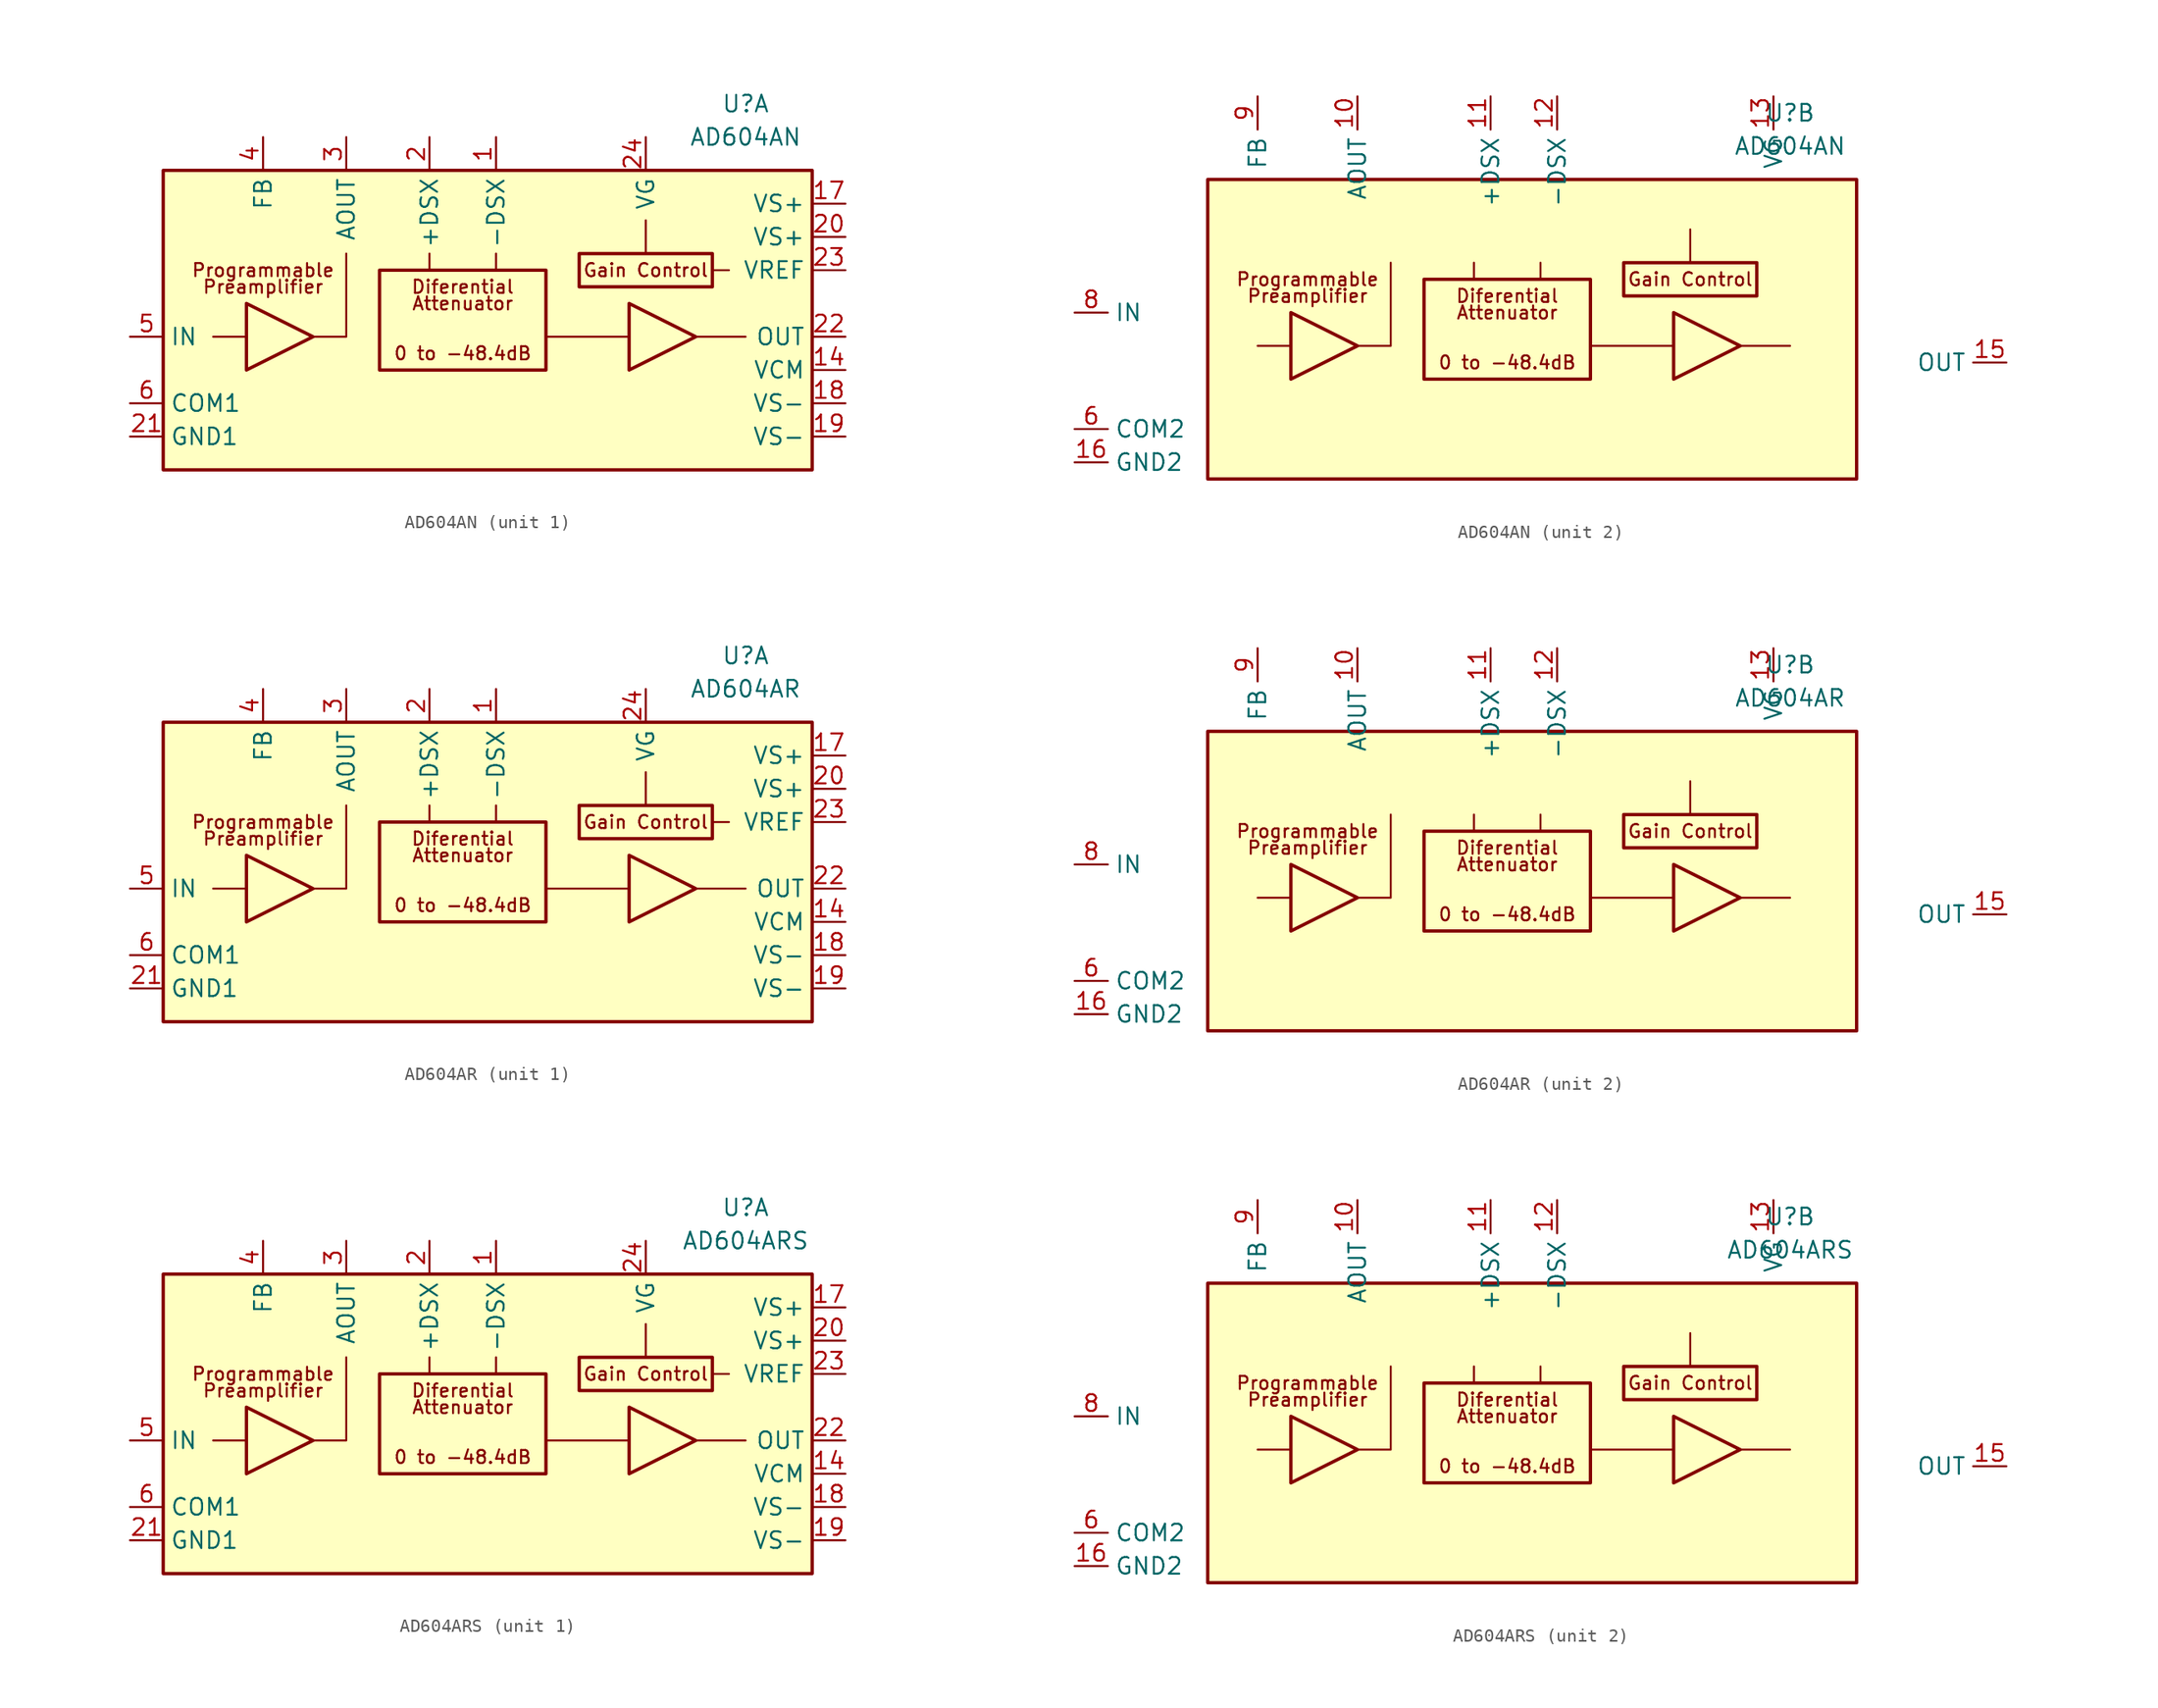
<source format=kicad_sym>
(kicad_symbol_lib
  (version 20231120)
  (generator "kicad_symbol_editor")
  (generator_version "8.0")
  (symbol "AD604AN"
    (property "Reference" "U"
      (at 19.05 16.51 0)
      (effects (font (size 1.27 1.27))))
    (property "Value" "AD604AN"
      (at 19.05 13.97 0)
      (effects (font (size 1.27 1.27))))
    (property "ki_locked" ""
      (at 0 0 0)
      (effects (font (size 1.27 1.27))))
    (symbol "AD604AN_0_0"
      (rectangle (start -25.4 11.43) (end 24.13 -11.43) (stroke (width 0.254) (type default)) (fill (type background)))
      (rectangle (start -8.89 3.81) (end 3.81 -3.81) (stroke (width 0.254) (type default)) (fill (type none)))
      (polyline (pts (xy -19.05 -1.27) (xy -21.59 -1.27)) (stroke (width 0.152) (type default)) (fill (type none)))
      (polyline (pts (xy -5.08 3.81) (xy -5.08 5.08)) (stroke (width 0.152) (type default)) (fill (type none)))
      (polyline (pts (xy 0 3.81) (xy 0 5.08)) (stroke (width 0.152) (type default)) (fill (type none)))
      (polyline (pts (xy 3.81 -1.27) (xy 10.16 -1.27)) (stroke (width 0.152) (type default)) (fill (type none)))
      (polyline (pts (xy 11.43 5.08) (xy 11.43 7.62)) (stroke (width 0.152) (type default)) (fill (type none)))
      (polyline (pts (xy 15.24 -1.27) (xy 19.05 -1.27)) (stroke (width 0.152) (type default)) (fill (type none)))
      (polyline (pts (xy -13.97 -1.27) (xy -11.43 -1.27) (xy -11.43 5.08)) (stroke (width 0.152) (type default)) (fill (type none)))
      (rectangle (start 6.35 5.08) (end 16.51 2.54) (stroke (width 0.254) (type default)) (fill (type none)))
      (text "0 to -48.4dB" (at -2.54 -2.54 0) (effects (font (size 1 1))))
      (text "Attenuator" (at -2.54 1.27 0) (effects (font (size 1 1))))
      (text "Diferential" (at -2.54 2.54 0) (effects (font (size 1 1))))
      (text "Gain Control" (at 11.43 3.81 0) (effects (font (size 1 1))))
      (text "Preamplifier" (at -17.78 2.54 0) (effects (font (size 1 1))))
      (text "Programmable" (at -17.78 3.81 0) (effects (font (size 1 1)))))
    (symbol "AD604AN_0_1"
      (polyline (pts (xy -19.05 1.27) (xy -19.05 -3.81) (xy -13.97 -1.27) (xy -19.05 1.27)) (stroke (width 0.254) (type default)) (fill (type none)))
      (polyline (pts (xy 10.16 1.27) (xy 10.16 -3.81) (xy 15.24 -1.27) (xy 10.16 1.27)) (stroke (width 0.254) (type default)) (fill (type none))))
    (symbol "AD604AN_1_0"
      (polyline (pts (xy 16.51 3.81) (xy 17.78 3.81)) (stroke (width 0.152) (type default)) (fill (type none))))
    (symbol "AD604AN_1_1"
      (pin input line (at 0 13.97 270) (length 2.54) (name "-DSX" (effects (font (size 1.27 1.27)))) (number "1" (effects (font (size 1.27 1.27)))))
      (pin input line (at 26.67 -3.81 180) (length 2.54) (name "VCM" (effects (font (size 1.27 1.27)))) (number "14" (effects (font (size 1.27 1.27)))))
      (pin power_in line (at 26.67 8.89 180) (length 2.54) (name "VS+" (effects (font (size 1.27 1.27)))) (number "17" (effects (font (size 1.27 1.27)))))
      (pin power_in line (at 26.67 -6.35 180) (length 2.54) (name "VS-" (effects (font (size 1.27 1.27)))) (number "18" (effects (font (size 1.27 1.27)))))
      (pin power_in line (at 26.67 -8.89 180) (length 2.54) (name "VS-" (effects (font (size 1.27 1.27)))) (number "19" (effects (font (size 1.27 1.27)))))
      (pin input line (at -5.08 13.97 270) (length 2.54) (name "+DSX" (effects (font (size 1.27 1.27)))) (number "2" (effects (font (size 1.27 1.27)))))
      (pin power_in line (at 26.67 6.35 180) (length 2.54) (name "VS+" (effects (font (size 1.27 1.27)))) (number "20" (effects (font (size 1.27 1.27)))))
      (pin power_in line (at -27.94 -8.89 0) (length 2.54) (name "GND1" (effects (font (size 1.27 1.27)))) (number "21" (effects (font (size 1.27 1.27)))))
      (pin output line (at 26.67 -1.27 180) (length 2.54) (name "OUT" (effects (font (size 1.27 1.27)))) (number "22" (effects (font (size 1.27 1.27)))))
      (pin input line (at 26.67 3.81 180) (length 2.54) (name "VREF" (effects (font (size 1.27 1.27)))) (number "23" (effects (font (size 1.27 1.27)))))
      (pin input line (at 11.43 13.97 270) (length 2.54) (name "VG" (effects (font (size 1.27 1.27)))) (number "24" (effects (font (size 1.27 1.27)))))
      (pin output line (at -11.43 13.97 270) (length 2.54) (name "AOUT" (effects (font (size 1.27 1.27)))) (number "3" (effects (font (size 1.27 1.27)))))
      (pin passive line (at -17.78 13.97 270) (length 2.54) (name "FB" (effects (font (size 1.27 1.27)))) (number "4" (effects (font (size 1.27 1.27)))))
      (pin input line (at -27.94 -1.27 0) (length 2.54) (name "IN" (effects (font (size 1.27 1.27)))) (number "5" (effects (font (size 1.27 1.27)))))
      (pin power_in line (at -27.94 -6.35 0) (length 2.54) (name "COM1" (effects (font (size 1.27 1.27)))) (number "6" (effects (font (size 1.27 1.27))))))
    (symbol "AD604AN_2_1"
      (pin output line (at -13.97 17.78 270) (length 2.54) (name "AOUT" (effects (font (size 1.27 1.27)))) (number "10" (effects (font (size 1.27 1.27)))))
      (pin input line (at -3.81 17.78 270) (length 2.54) (name "+DSX" (effects (font (size 1.27 1.27)))) (number "11" (effects (font (size 1.27 1.27)))))
      (pin input line (at 1.27 17.78 270) (length 2.54) (name "-DSX" (effects (font (size 1.27 1.27)))) (number "12" (effects (font (size 1.27 1.27)))))
      (pin input line (at 17.78 17.78 270) (length 2.54) (name "VG" (effects (font (size 1.27 1.27)))) (number "13" (effects (font (size 1.27 1.27)))))
      (pin output line (at 35.56 -2.54 180) (length 2.54) (name "OUT" (effects (font (size 1.27 1.27)))) (number "15" (effects (font (size 1.27 1.27)))))
      (pin power_in line (at -35.56 -10.16 0) (length 2.54) (name "GND2" (effects (font (size 1.27 1.27)))) (number "16" (effects (font (size 1.27 1.27)))))
      (pin power_in line (at -35.56 -7.62 0) (length 2.54) (name "COM2" (effects (font (size 1.27 1.27)))) (number "6" (effects (font (size 1.27 1.27)))))
      (pin input line (at -35.56 1.27 0) (length 2.54) (name "IN" (effects (font (size 1.27 1.27)))) (number "8" (effects (font (size 1.27 1.27)))))
      (pin passive line (at -21.59 17.78 270) (length 2.54) (name "FB" (effects (font (size 1.27 1.27)))) (number "9" (effects (font (size 1.27 1.27)))))))
  (symbol "AD604AR"
    (property "Reference" "U"
      (at 19.05 16.51 0)
      (effects (font (size 1.27 1.27))))
    (property "Value" "AD604AR"
      (at 19.05 13.97 0)
      (effects (font (size 1.27 1.27))))
    (property "ki_locked" ""
      (at 0 0 0)
      (effects (font (size 1.27 1.27))))
    (symbol "AD604AR_0_0"
      (rectangle (start -25.4 11.43) (end 24.13 -11.43) (stroke (width 0.254) (type default)) (fill (type background)))
      (rectangle (start -8.89 3.81) (end 3.81 -3.81) (stroke (width 0.254) (type default)) (fill (type none)))
      (polyline (pts (xy -19.05 -1.27) (xy -21.59 -1.27)) (stroke (width 0.152) (type default)) (fill (type none)))
      (polyline (pts (xy -5.08 3.81) (xy -5.08 5.08)) (stroke (width 0.152) (type default)) (fill (type none)))
      (polyline (pts (xy 0 3.81) (xy 0 5.08)) (stroke (width 0.152) (type default)) (fill (type none)))
      (polyline (pts (xy 3.81 -1.27) (xy 10.16 -1.27)) (stroke (width 0.152) (type default)) (fill (type none)))
      (polyline (pts (xy 11.43 5.08) (xy 11.43 7.62)) (stroke (width 0.152) (type default)) (fill (type none)))
      (polyline (pts (xy 15.24 -1.27) (xy 19.05 -1.27)) (stroke (width 0.152) (type default)) (fill (type none)))
      (polyline (pts (xy -13.97 -1.27) (xy -11.43 -1.27) (xy -11.43 5.08)) (stroke (width 0.152) (type default)) (fill (type none)))
      (rectangle (start 6.35 5.08) (end 16.51 2.54) (stroke (width 0.254) (type default)) (fill (type none)))
      (text "0 to -48.4dB" (at -2.54 -2.54 0) (effects (font (size 1 1))))
      (text "Attenuator" (at -2.54 1.27 0) (effects (font (size 1 1))))
      (text "Diferential" (at -2.54 2.54 0) (effects (font (size 1 1))))
      (text "Gain Control" (at 11.43 3.81 0) (effects (font (size 1 1))))
      (text "Preamplifier" (at -17.78 2.54 0) (effects (font (size 1 1))))
      (text "Programmable" (at -17.78 3.81 0) (effects (font (size 1 1)))))
    (symbol "AD604AR_0_1"
      (polyline (pts (xy -19.05 1.27) (xy -19.05 -3.81) (xy -13.97 -1.27) (xy -19.05 1.27)) (stroke (width 0.254) (type default)) (fill (type none)))
      (polyline (pts (xy 10.16 1.27) (xy 10.16 -3.81) (xy 15.24 -1.27) (xy 10.16 1.27)) (stroke (width 0.254) (type default)) (fill (type none))))
    (symbol "AD604AR_1_0"
      (polyline (pts (xy 16.51 3.81) (xy 17.78 3.81)) (stroke (width 0.152) (type default)) (fill (type none))))
    (symbol "AD604AR_1_1"
      (pin input line (at 0 13.97 270) (length 2.54) (name "-DSX" (effects (font (size 1.27 1.27)))) (number "1" (effects (font (size 1.27 1.27)))))
      (pin input line (at 26.67 -3.81 180) (length 2.54) (name "VCM" (effects (font (size 1.27 1.27)))) (number "14" (effects (font (size 1.27 1.27)))))
      (pin power_in line (at 26.67 8.89 180) (length 2.54) (name "VS+" (effects (font (size 1.27 1.27)))) (number "17" (effects (font (size 1.27 1.27)))))
      (pin power_in line (at 26.67 -6.35 180) (length 2.54) (name "VS-" (effects (font (size 1.27 1.27)))) (number "18" (effects (font (size 1.27 1.27)))))
      (pin power_in line (at 26.67 -8.89 180) (length 2.54) (name "VS-" (effects (font (size 1.27 1.27)))) (number "19" (effects (font (size 1.27 1.27)))))
      (pin input line (at -5.08 13.97 270) (length 2.54) (name "+DSX" (effects (font (size 1.27 1.27)))) (number "2" (effects (font (size 1.27 1.27)))))
      (pin power_in line (at 26.67 6.35 180) (length 2.54) (name "VS+" (effects (font (size 1.27 1.27)))) (number "20" (effects (font (size 1.27 1.27)))))
      (pin power_in line (at -27.94 -8.89 0) (length 2.54) (name "GND1" (effects (font (size 1.27 1.27)))) (number "21" (effects (font (size 1.27 1.27)))))
      (pin output line (at 26.67 -1.27 180) (length 2.54) (name "OUT" (effects (font (size 1.27 1.27)))) (number "22" (effects (font (size 1.27 1.27)))))
      (pin input line (at 26.67 3.81 180) (length 2.54) (name "VREF" (effects (font (size 1.27 1.27)))) (number "23" (effects (font (size 1.27 1.27)))))
      (pin input line (at 11.43 13.97 270) (length 2.54) (name "VG" (effects (font (size 1.27 1.27)))) (number "24" (effects (font (size 1.27 1.27)))))
      (pin output line (at -11.43 13.97 270) (length 2.54) (name "AOUT" (effects (font (size 1.27 1.27)))) (number "3" (effects (font (size 1.27 1.27)))))
      (pin passive line (at -17.78 13.97 270) (length 2.54) (name "FB" (effects (font (size 1.27 1.27)))) (number "4" (effects (font (size 1.27 1.27)))))
      (pin input line (at -27.94 -1.27 0) (length 2.54) (name "IN" (effects (font (size 1.27 1.27)))) (number "5" (effects (font (size 1.27 1.27)))))
      (pin power_in line (at -27.94 -6.35 0) (length 2.54) (name "COM1" (effects (font (size 1.27 1.27)))) (number "6" (effects (font (size 1.27 1.27))))))
    (symbol "AD604AR_2_1"
      (pin output line (at -13.97 17.78 270) (length 2.54) (name "AOUT" (effects (font (size 1.27 1.27)))) (number "10" (effects (font (size 1.27 1.27)))))
      (pin input line (at -3.81 17.78 270) (length 2.54) (name "+DSX" (effects (font (size 1.27 1.27)))) (number "11" (effects (font (size 1.27 1.27)))))
      (pin input line (at 1.27 17.78 270) (length 2.54) (name "-DSX" (effects (font (size 1.27 1.27)))) (number "12" (effects (font (size 1.27 1.27)))))
      (pin input line (at 17.78 17.78 270) (length 2.54) (name "VG" (effects (font (size 1.27 1.27)))) (number "13" (effects (font (size 1.27 1.27)))))
      (pin output line (at 35.56 -2.54 180) (length 2.54) (name "OUT" (effects (font (size 1.27 1.27)))) (number "15" (effects (font (size 1.27 1.27)))))
      (pin power_in line (at -35.56 -10.16 0) (length 2.54) (name "GND2" (effects (font (size 1.27 1.27)))) (number "16" (effects (font (size 1.27 1.27)))))
      (pin power_in line (at -35.56 -7.62 0) (length 2.54) (name "COM2" (effects (font (size 1.27 1.27)))) (number "6" (effects (font (size 1.27 1.27)))))
      (pin input line (at -35.56 1.27 0) (length 2.54) (name "IN" (effects (font (size 1.27 1.27)))) (number "8" (effects (font (size 1.27 1.27)))))
      (pin passive line (at -21.59 17.78 270) (length 2.54) (name "FB" (effects (font (size 1.27 1.27)))) (number "9" (effects (font (size 1.27 1.27)))))))
  (symbol "AD604ARS"
    (property "Reference" "U"
      (at 19.05 16.51 0)
      (effects (font (size 1.27 1.27))))
    (property "Value" "AD604ARS"
      (at 19.05 13.97 0)
      (effects (font (size 1.27 1.27))))
    (property "ki_locked" ""
      (at 0 0 0)
      (effects (font (size 1.27 1.27))))
    (symbol "AD604ARS_0_0"
      (rectangle (start -25.4 11.43) (end 24.13 -11.43) (stroke (width 0.254) (type default)) (fill (type background)))
      (rectangle (start -8.89 3.81) (end 3.81 -3.81) (stroke (width 0.254) (type default)) (fill (type none)))
      (polyline (pts (xy -19.05 -1.27) (xy -21.59 -1.27)) (stroke (width 0.152) (type default)) (fill (type none)))
      (polyline (pts (xy -5.08 3.81) (xy -5.08 5.08)) (stroke (width 0.152) (type default)) (fill (type none)))
      (polyline (pts (xy 0 3.81) (xy 0 5.08)) (stroke (width 0.152) (type default)) (fill (type none)))
      (polyline (pts (xy 3.81 -1.27) (xy 10.16 -1.27)) (stroke (width 0.152) (type default)) (fill (type none)))
      (polyline (pts (xy 11.43 5.08) (xy 11.43 7.62)) (stroke (width 0.152) (type default)) (fill (type none)))
      (polyline (pts (xy 15.24 -1.27) (xy 19.05 -1.27)) (stroke (width 0.152) (type default)) (fill (type none)))
      (polyline (pts (xy -13.97 -1.27) (xy -11.43 -1.27) (xy -11.43 5.08)) (stroke (width 0.152) (type default)) (fill (type none)))
      (rectangle (start 6.35 5.08) (end 16.51 2.54) (stroke (width 0.254) (type default)) (fill (type none)))
      (text "0 to -48.4dB" (at -2.54 -2.54 0) (effects (font (size 1 1))))
      (text "Attenuator" (at -2.54 1.27 0) (effects (font (size 1 1))))
      (text "Diferential" (at -2.54 2.54 0) (effects (font (size 1 1))))
      (text "Gain Control" (at 11.43 3.81 0) (effects (font (size 1 1))))
      (text "Preamplifier" (at -17.78 2.54 0) (effects (font (size 1 1))))
      (text "Programmable" (at -17.78 3.81 0) (effects (font (size 1 1)))))
    (symbol "AD604ARS_0_1"
      (polyline (pts (xy -19.05 1.27) (xy -19.05 -3.81) (xy -13.97 -1.27) (xy -19.05 1.27)) (stroke (width 0.254) (type default)) (fill (type none)))
      (polyline (pts (xy 10.16 1.27) (xy 10.16 -3.81) (xy 15.24 -1.27) (xy 10.16 1.27)) (stroke (width 0.254) (type default)) (fill (type none))))
    (symbol "AD604ARS_1_0"
      (polyline (pts (xy 16.51 3.81) (xy 17.78 3.81)) (stroke (width 0.152) (type default)) (fill (type none))))
    (symbol "AD604ARS_1_1"
      (pin input line (at 0 13.97 270) (length 2.54) (name "-DSX" (effects (font (size 1.27 1.27)))) (number "1" (effects (font (size 1.27 1.27)))))
      (pin input line (at 26.67 -3.81 180) (length 2.54) (name "VCM" (effects (font (size 1.27 1.27)))) (number "14" (effects (font (size 1.27 1.27)))))
      (pin power_in line (at 26.67 8.89 180) (length 2.54) (name "VS+" (effects (font (size 1.27 1.27)))) (number "17" (effects (font (size 1.27 1.27)))))
      (pin power_in line (at 26.67 -6.35 180) (length 2.54) (name "VS-" (effects (font (size 1.27 1.27)))) (number "18" (effects (font (size 1.27 1.27)))))
      (pin power_in line (at 26.67 -8.89 180) (length 2.54) (name "VS-" (effects (font (size 1.27 1.27)))) (number "19" (effects (font (size 1.27 1.27)))))
      (pin input line (at -5.08 13.97 270) (length 2.54) (name "+DSX" (effects (font (size 1.27 1.27)))) (number "2" (effects (font (size 1.27 1.27)))))
      (pin power_in line (at 26.67 6.35 180) (length 2.54) (name "VS+" (effects (font (size 1.27 1.27)))) (number "20" (effects (font (size 1.27 1.27)))))
      (pin power_in line (at -27.94 -8.89 0) (length 2.54) (name "GND1" (effects (font (size 1.27 1.27)))) (number "21" (effects (font (size 1.27 1.27)))))
      (pin output line (at 26.67 -1.27 180) (length 2.54) (name "OUT" (effects (font (size 1.27 1.27)))) (number "22" (effects (font (size 1.27 1.27)))))
      (pin input line (at 26.67 3.81 180) (length 2.54) (name "VREF" (effects (font (size 1.27 1.27)))) (number "23" (effects (font (size 1.27 1.27)))))
      (pin input line (at 11.43 13.97 270) (length 2.54) (name "VG" (effects (font (size 1.27 1.27)))) (number "24" (effects (font (size 1.27 1.27)))))
      (pin output line (at -11.43 13.97 270) (length 2.54) (name "AOUT" (effects (font (size 1.27 1.27)))) (number "3" (effects (font (size 1.27 1.27)))))
      (pin passive line (at -17.78 13.97 270) (length 2.54) (name "FB" (effects (font (size 1.27 1.27)))) (number "4" (effects (font (size 1.27 1.27)))))
      (pin input line (at -27.94 -1.27 0) (length 2.54) (name "IN" (effects (font (size 1.27 1.27)))) (number "5" (effects (font (size 1.27 1.27)))))
      (pin power_in line (at -27.94 -6.35 0) (length 2.54) (name "COM1" (effects (font (size 1.27 1.27)))) (number "6" (effects (font (size 1.27 1.27))))))
    (symbol "AD604ARS_2_1"
      (pin output line (at -13.97 17.78 270) (length 2.54) (name "AOUT" (effects (font (size 1.27 1.27)))) (number "10" (effects (font (size 1.27 1.27)))))
      (pin input line (at -3.81 17.78 270) (length 2.54) (name "+DSX" (effects (font (size 1.27 1.27)))) (number "11" (effects (font (size 1.27 1.27)))))
      (pin input line (at 1.27 17.78 270) (length 2.54) (name "-DSX" (effects (font (size 1.27 1.27)))) (number "12" (effects (font (size 1.27 1.27)))))
      (pin input line (at 17.78 17.78 270) (length 2.54) (name "VG" (effects (font (size 1.27 1.27)))) (number "13" (effects (font (size 1.27 1.27)))))
      (pin output line (at 35.56 -2.54 180) (length 2.54) (name "OUT" (effects (font (size 1.27 1.27)))) (number "15" (effects (font (size 1.27 1.27)))))
      (pin power_in line (at -35.56 -10.16 0) (length 2.54) (name "GND2" (effects (font (size 1.27 1.27)))) (number "16" (effects (font (size 1.27 1.27)))))
      (pin power_in line (at -35.56 -7.62 0) (length 2.54) (name "COM2" (effects (font (size 1.27 1.27)))) (number "6" (effects (font (size 1.27 1.27)))))
      (pin input line (at -35.56 1.27 0) (length 2.54) (name "IN" (effects (font (size 1.27 1.27)))) (number "8" (effects (font (size 1.27 1.27)))))
      (pin passive line (at -21.59 17.78 270) (length 2.54) (name "FB" (effects (font (size 1.27 1.27)))) (number "9" (effects (font (size 1.27 1.27))))))))
</source>
